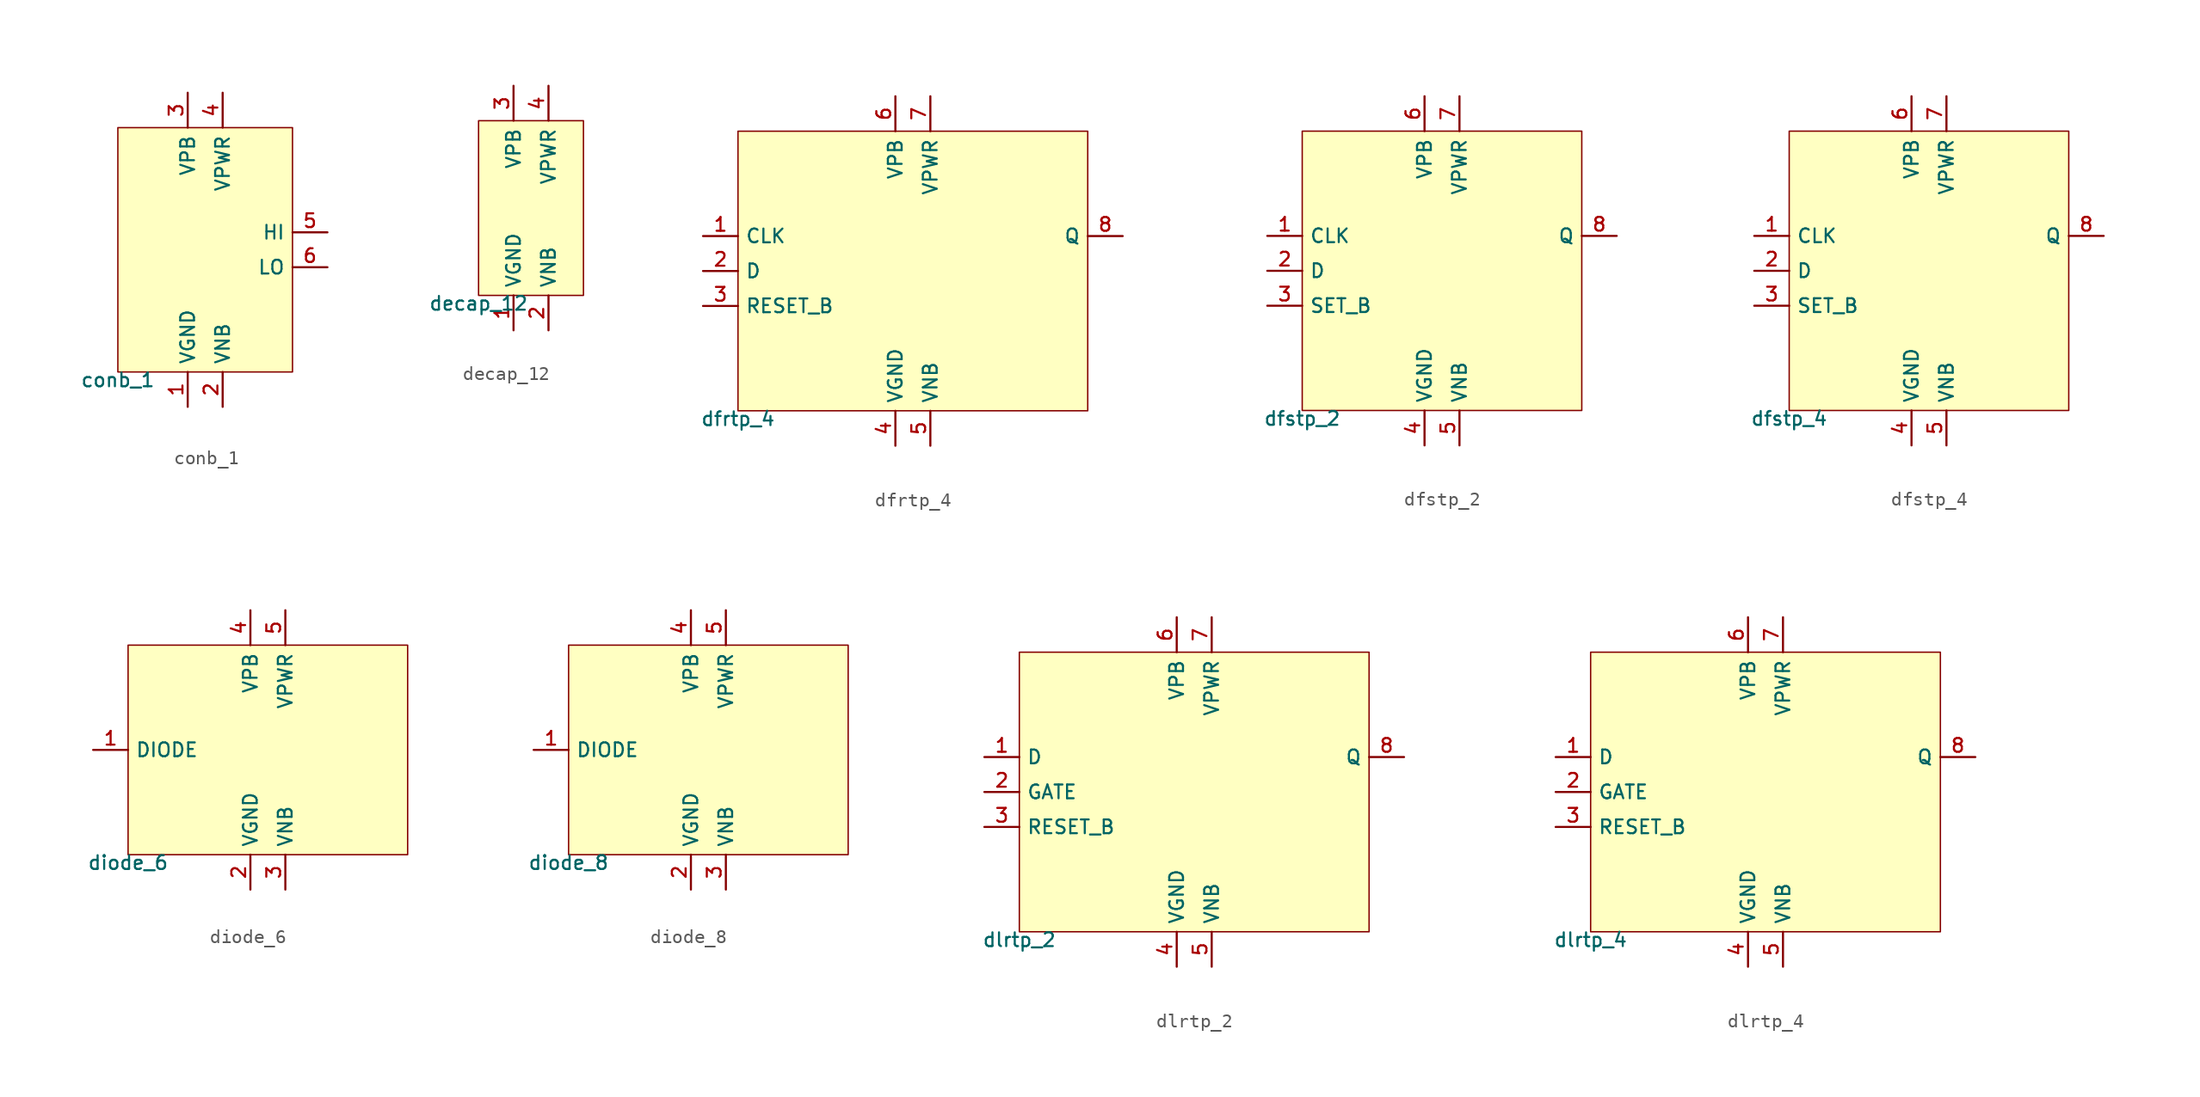
<source format=kicad_sym>
(kicad_symbol_lib
  (version 20211014)
  (generator pdk2kicad)
  (symbol "conb_1"
    (property "Reference" "X"
      (at 0 0 0)
      (effects (font (size 1 1)) hide))
    (property "Value" "conb_1"
      (at -6.35 -8.89 0)
      (effects (font (size 1 1)) (justify top)))
    (rectangle
      (start -6.35 -8.89)
      (end 6.35 8.89)
      (stroke (width 0.1) (type solid) (color 0 0 0 0))
      (fill (type background)))
    (pin power_in line
      (at -1.27 -11.43 90)
      (length 2.54)
      (name "VGND" (effects (font (size 1 1)) hide))
      (number "1" (effects (font (size 1 1)) hide)))
    (pin power_in line
      (at 1.27 -11.43 90)
      (length 2.54)
      (name "VNB" (effects (font (size 1 1)) hide))
      (number "2" (effects (font (size 1 1)) hide)))
    (pin power_in line
      (at -1.27 11.43 270)
      (length 2.54)
      (name "VPB" (effects (font (size 1 1)) hide))
      (number "3" (effects (font (size 1 1)) hide)))
    (pin power_in line
      (at 1.27 11.43 270)
      (length 2.54)
      (name "VPWR" (effects (font (size 1 1)) hide))
      (number "4" (effects (font (size 1 1)) hide)))
    (pin output line
      (at 8.89 1.27 180)
      (length 2.54)
      (name "HI" (effects (font (size 1 1)) hide))
      (number "5" (effects (font (size 1 1)) hide)))
    (pin output line
      (at 8.89 -1.27 180)
      (length 2.54)
      (name "LO" (effects (font (size 1 1)) hide))
      (number "6" (effects (font (size 1 1)) hide))))
  (symbol "decap_12"
    (property "Reference" "X"
      (at 0 0 0)
      (effects (font (size 1 1)) hide))
    (property "Value" "decap_12"
      (at -3.81 -6.35 0)
      (effects (font (size 1 1)) (justify top)))
    (rectangle
      (start -3.81 -6.35)
      (end 3.81 6.35)
      (stroke (width 0.1) (type solid) (color 0 0 0 0))
      (fill (type background)))
    (pin power_in line
      (at -1.27 -8.89 90)
      (length 2.54)
      (name "VGND" (effects (font (size 1 1)) hide))
      (number "1" (effects (font (size 1 1)) hide)))
    (pin power_in line
      (at 1.27 -8.89 90)
      (length 2.54)
      (name "VNB" (effects (font (size 1 1)) hide))
      (number "2" (effects (font (size 1 1)) hide)))
    (pin power_in line
      (at -1.27 8.89 270)
      (length 2.54)
      (name "VPB" (effects (font (size 1 1)) hide))
      (number "3" (effects (font (size 1 1)) hide)))
    (pin power_in line
      (at 1.27 8.89 270)
      (length 2.54)
      (name "VPWR" (effects (font (size 1 1)) hide))
      (number "4" (effects (font (size 1 1)) hide))))
  (symbol "dfrtp_4"
    (property "Reference" "X"
      (at 0 0 0)
      (effects (font (size 1 1)) hide))
    (property "Value" "dfrtp_4"
      (at -12.7 -10.16 0)
      (effects (font (size 1 1)) (justify top)))
    (rectangle
      (start -12.7 -10.16)
      (end 12.7 10.16)
      (stroke (width 0.1) (type solid) (color 0 0 0 0))
      (fill (type background)))
    (pin input line
      (at -15.24 2.54 0)
      (length 2.54)
      (name "CLK" (effects (font (size 1 1)) hide))
      (number "1" (effects (font (size 1 1)) hide)))
    (pin input line
      (at -15.24 0.0 0)
      (length 2.54)
      (name "D" (effects (font (size 1 1)) hide))
      (number "2" (effects (font (size 1 1)) hide)))
    (pin input line
      (at -15.24 -2.54 0)
      (length 2.54)
      (name "RESET_B" (effects (font (size 1 1)) hide))
      (number "3" (effects (font (size 1 1)) hide)))
    (pin power_in line
      (at -1.27 -12.7 90)
      (length 2.54)
      (name "VGND" (effects (font (size 1 1)) hide))
      (number "4" (effects (font (size 1 1)) hide)))
    (pin power_in line
      (at 1.27 -12.7 90)
      (length 2.54)
      (name "VNB" (effects (font (size 1 1)) hide))
      (number "5" (effects (font (size 1 1)) hide)))
    (pin power_in line
      (at -1.27 12.7 270)
      (length 2.54)
      (name "VPB" (effects (font (size 1 1)) hide))
      (number "6" (effects (font (size 1 1)) hide)))
    (pin power_in line
      (at 1.27 12.7 270)
      (length 2.54)
      (name "VPWR" (effects (font (size 1 1)) hide))
      (number "7" (effects (font (size 1 1)) hide)))
    (pin output line
      (at 15.24 2.54 180)
      (length 2.54)
      (name "Q" (effects (font (size 1 1)) hide))
      (number "8" (effects (font (size 1 1)) hide))))
  (symbol "dfstp_2"
    (property "Reference" "X"
      (at 0 0 0)
      (effects (font (size 1 1)) hide))
    (property "Value" "dfstp_2"
      (at -10.16 -10.16 0)
      (effects (font (size 1 1)) (justify top)))
    (rectangle
      (start -10.16 -10.16)
      (end 10.16 10.16)
      (stroke (width 0.1) (type solid) (color 0 0 0 0))
      (fill (type background)))
    (pin input line
      (at -12.7 2.54 0)
      (length 2.54)
      (name "CLK" (effects (font (size 1 1)) hide))
      (number "1" (effects (font (size 1 1)) hide)))
    (pin input line
      (at -12.7 0.0 0)
      (length 2.54)
      (name "D" (effects (font (size 1 1)) hide))
      (number "2" (effects (font (size 1 1)) hide)))
    (pin input line
      (at -12.7 -2.54 0)
      (length 2.54)
      (name "SET_B" (effects (font (size 1 1)) hide))
      (number "3" (effects (font (size 1 1)) hide)))
    (pin power_in line
      (at -1.27 -12.7 90)
      (length 2.54)
      (name "VGND" (effects (font (size 1 1)) hide))
      (number "4" (effects (font (size 1 1)) hide)))
    (pin power_in line
      (at 1.27 -12.7 90)
      (length 2.54)
      (name "VNB" (effects (font (size 1 1)) hide))
      (number "5" (effects (font (size 1 1)) hide)))
    (pin power_in line
      (at -1.27 12.7 270)
      (length 2.54)
      (name "VPB" (effects (font (size 1 1)) hide))
      (number "6" (effects (font (size 1 1)) hide)))
    (pin power_in line
      (at 1.27 12.7 270)
      (length 2.54)
      (name "VPWR" (effects (font (size 1 1)) hide))
      (number "7" (effects (font (size 1 1)) hide)))
    (pin output line
      (at 12.7 2.54 180)
      (length 2.54)
      (name "Q" (effects (font (size 1 1)) hide))
      (number "8" (effects (font (size 1 1)) hide))))
  (symbol "dfstp_4"
    (property "Reference" "X"
      (at 0 0 0)
      (effects (font (size 1 1)) hide))
    (property "Value" "dfstp_4"
      (at -10.16 -10.16 0)
      (effects (font (size 1 1)) (justify top)))
    (rectangle
      (start -10.16 -10.16)
      (end 10.16 10.16)
      (stroke (width 0.1) (type solid) (color 0 0 0 0))
      (fill (type background)))
    (pin input line
      (at -12.7 2.54 0)
      (length 2.54)
      (name "CLK" (effects (font (size 1 1)) hide))
      (number "1" (effects (font (size 1 1)) hide)))
    (pin input line
      (at -12.7 0.0 0)
      (length 2.54)
      (name "D" (effects (font (size 1 1)) hide))
      (number "2" (effects (font (size 1 1)) hide)))
    (pin input line
      (at -12.7 -2.54 0)
      (length 2.54)
      (name "SET_B" (effects (font (size 1 1)) hide))
      (number "3" (effects (font (size 1 1)) hide)))
    (pin power_in line
      (at -1.27 -12.7 90)
      (length 2.54)
      (name "VGND" (effects (font (size 1 1)) hide))
      (number "4" (effects (font (size 1 1)) hide)))
    (pin power_in line
      (at 1.27 -12.7 90)
      (length 2.54)
      (name "VNB" (effects (font (size 1 1)) hide))
      (number "5" (effects (font (size 1 1)) hide)))
    (pin power_in line
      (at -1.27 12.7 270)
      (length 2.54)
      (name "VPB" (effects (font (size 1 1)) hide))
      (number "6" (effects (font (size 1 1)) hide)))
    (pin power_in line
      (at 1.27 12.7 270)
      (length 2.54)
      (name "VPWR" (effects (font (size 1 1)) hide))
      (number "7" (effects (font (size 1 1)) hide)))
    (pin output line
      (at 12.7 2.54 180)
      (length 2.54)
      (name "Q" (effects (font (size 1 1)) hide))
      (number "8" (effects (font (size 1 1)) hide))))
  (symbol "diode_6"
    (property "Reference" "X"
      (at 0 0 0)
      (effects (font (size 1 1)) hide))
    (property "Value" "diode_6"
      (at -10.16 -7.62 0)
      (effects (font (size 1 1)) (justify top)))
    (rectangle
      (start -10.16 -7.62)
      (end 10.16 7.62)
      (stroke (width 0.1) (type solid) (color 0 0 0 0))
      (fill (type background)))
    (pin input line
      (at -12.7 0.0 0)
      (length 2.54)
      (name "DIODE" (effects (font (size 1 1)) hide))
      (number "1" (effects (font (size 1 1)) hide)))
    (pin power_in line
      (at -1.27 -10.16 90)
      (length 2.54)
      (name "VGND" (effects (font (size 1 1)) hide))
      (number "2" (effects (font (size 1 1)) hide)))
    (pin power_in line
      (at 1.27 -10.16 90)
      (length 2.54)
      (name "VNB" (effects (font (size 1 1)) hide))
      (number "3" (effects (font (size 1 1)) hide)))
    (pin power_in line
      (at -1.27 10.16 270)
      (length 2.54)
      (name "VPB" (effects (font (size 1 1)) hide))
      (number "4" (effects (font (size 1 1)) hide)))
    (pin power_in line
      (at 1.27 10.16 270)
      (length 2.54)
      (name "VPWR" (effects (font (size 1 1)) hide))
      (number "5" (effects (font (size 1 1)) hide))))
  (symbol "diode_8"
    (property "Reference" "X"
      (at 0 0 0)
      (effects (font (size 1 1)) hide))
    (property "Value" "diode_8"
      (at -10.16 -7.62 0)
      (effects (font (size 1 1)) (justify top)))
    (rectangle
      (start -10.16 -7.62)
      (end 10.16 7.62)
      (stroke (width 0.1) (type solid) (color 0 0 0 0))
      (fill (type background)))
    (pin input line
      (at -12.7 0.0 0)
      (length 2.54)
      (name "DIODE" (effects (font (size 1 1)) hide))
      (number "1" (effects (font (size 1 1)) hide)))
    (pin power_in line
      (at -1.27 -10.16 90)
      (length 2.54)
      (name "VGND" (effects (font (size 1 1)) hide))
      (number "2" (effects (font (size 1 1)) hide)))
    (pin power_in line
      (at 1.27 -10.16 90)
      (length 2.54)
      (name "VNB" (effects (font (size 1 1)) hide))
      (number "3" (effects (font (size 1 1)) hide)))
    (pin power_in line
      (at -1.27 10.16 270)
      (length 2.54)
      (name "VPB" (effects (font (size 1 1)) hide))
      (number "4" (effects (font (size 1 1)) hide)))
    (pin power_in line
      (at 1.27 10.16 270)
      (length 2.54)
      (name "VPWR" (effects (font (size 1 1)) hide))
      (number "5" (effects (font (size 1 1)) hide))))
  (symbol "dlrtp_2"
    (property "Reference" "X"
      (at 0 0 0)
      (effects (font (size 1 1)) hide))
    (property "Value" "dlrtp_2"
      (at -12.7 -10.16 0)
      (effects (font (size 1 1)) (justify top)))
    (rectangle
      (start -12.7 -10.16)
      (end 12.7 10.16)
      (stroke (width 0.1) (type solid) (color 0 0 0 0))
      (fill (type background)))
    (pin input line
      (at -15.24 2.54 0)
      (length 2.54)
      (name "D" (effects (font (size 1 1)) hide))
      (number "1" (effects (font (size 1 1)) hide)))
    (pin input line
      (at -15.24 0.0 0)
      (length 2.54)
      (name "GATE" (effects (font (size 1 1)) hide))
      (number "2" (effects (font (size 1 1)) hide)))
    (pin input line
      (at -15.24 -2.54 0)
      (length 2.54)
      (name "RESET_B" (effects (font (size 1 1)) hide))
      (number "3" (effects (font (size 1 1)) hide)))
    (pin power_in line
      (at -1.27 -12.7 90)
      (length 2.54)
      (name "VGND" (effects (font (size 1 1)) hide))
      (number "4" (effects (font (size 1 1)) hide)))
    (pin power_in line
      (at 1.27 -12.7 90)
      (length 2.54)
      (name "VNB" (effects (font (size 1 1)) hide))
      (number "5" (effects (font (size 1 1)) hide)))
    (pin power_in line
      (at -1.27 12.7 270)
      (length 2.54)
      (name "VPB" (effects (font (size 1 1)) hide))
      (number "6" (effects (font (size 1 1)) hide)))
    (pin power_in line
      (at 1.27 12.7 270)
      (length 2.54)
      (name "VPWR" (effects (font (size 1 1)) hide))
      (number "7" (effects (font (size 1 1)) hide)))
    (pin output line
      (at 15.24 2.54 180)
      (length 2.54)
      (name "Q" (effects (font (size 1 1)) hide))
      (number "8" (effects (font (size 1 1)) hide))))
  (symbol "dlrtp_4"
    (property "Reference" "X"
      (at 0 0 0)
      (effects (font (size 1 1)) hide))
    (property "Value" "dlrtp_4"
      (at -12.7 -10.16 0)
      (effects (font (size 1 1)) (justify top)))
    (rectangle
      (start -12.7 -10.16)
      (end 12.7 10.16)
      (stroke (width 0.1) (type solid) (color 0 0 0 0))
      (fill (type background)))
    (pin input line
      (at -15.24 2.54 0)
      (length 2.54)
      (name "D" (effects (font (size 1 1)) hide))
      (number "1" (effects (font (size 1 1)) hide)))
    (pin input line
      (at -15.24 0.0 0)
      (length 2.54)
      (name "GATE" (effects (font (size 1 1)) hide))
      (number "2" (effects (font (size 1 1)) hide)))
    (pin input line
      (at -15.24 -2.54 0)
      (length 2.54)
      (name "RESET_B" (effects (font (size 1 1)) hide))
      (number "3" (effects (font (size 1 1)) hide)))
    (pin power_in line
      (at -1.27 -12.7 90)
      (length 2.54)
      (name "VGND" (effects (font (size 1 1)) hide))
      (number "4" (effects (font (size 1 1)) hide)))
    (pin power_in line
      (at 1.27 -12.7 90)
      (length 2.54)
      (name "VNB" (effects (font (size 1 1)) hide))
      (number "5" (effects (font (size 1 1)) hide)))
    (pin power_in line
      (at -1.27 12.7 270)
      (length 2.54)
      (name "VPB" (effects (font (size 1 1)) hide))
      (number "6" (effects (font (size 1 1)) hide)))
    (pin power_in line
      (at 1.27 12.7 270)
      (length 2.54)
      (name "VPWR" (effects (font (size 1 1)) hide))
      (number "7" (effects (font (size 1 1)) hide)))
    (pin output line
      (at 15.24 2.54 180)
      (length 2.54)
      (name "Q" (effects (font (size 1 1)) hide))
      (number "8" (effects (font (size 1 1)) hide)))))
</source>
